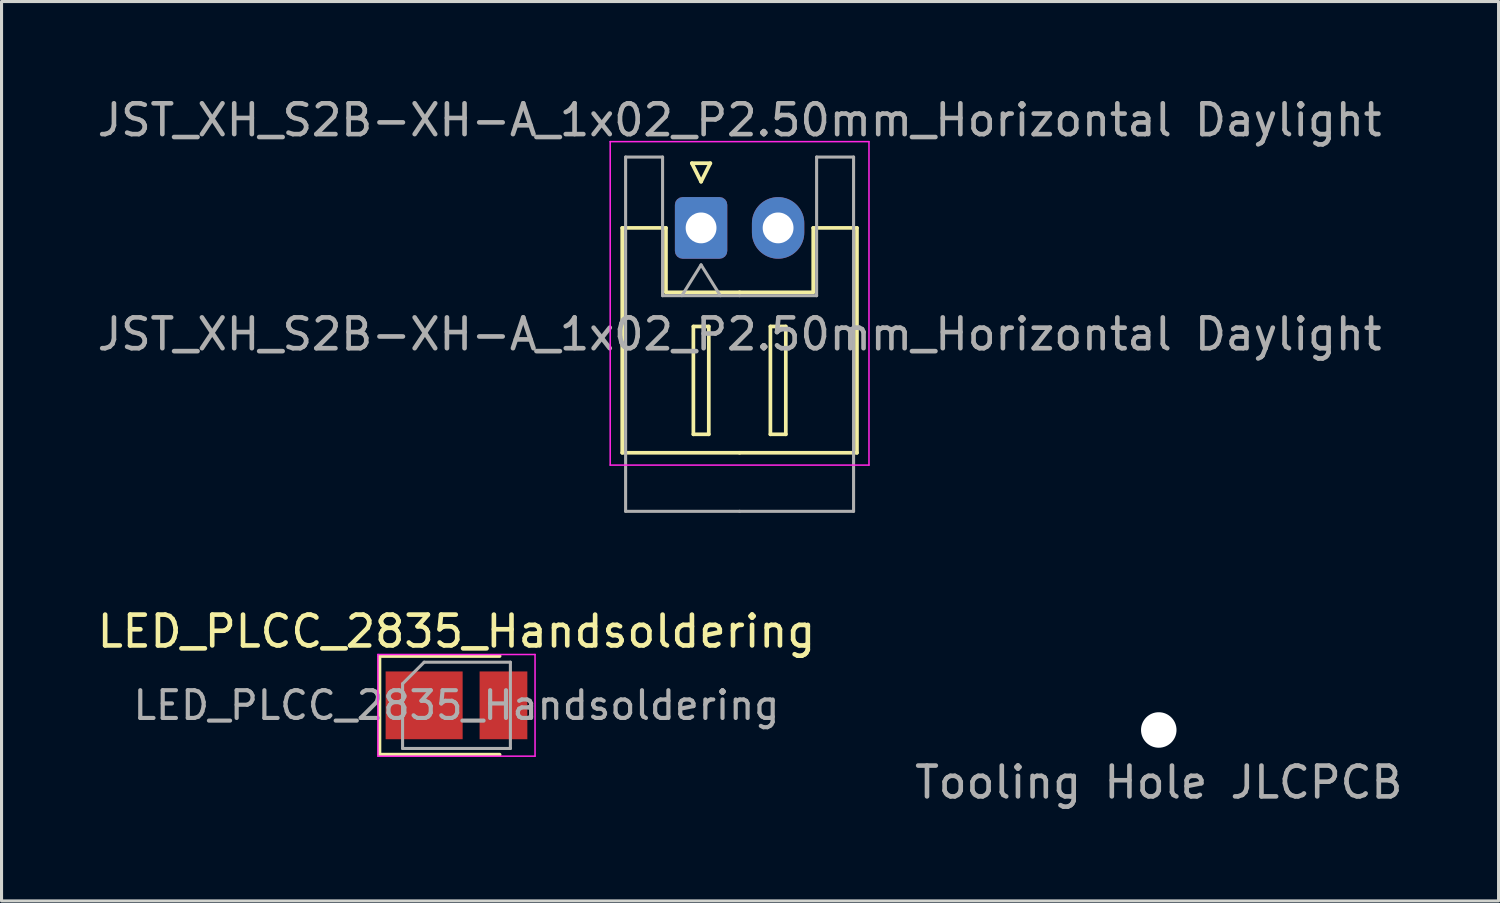
<source format=kicad_pcb>
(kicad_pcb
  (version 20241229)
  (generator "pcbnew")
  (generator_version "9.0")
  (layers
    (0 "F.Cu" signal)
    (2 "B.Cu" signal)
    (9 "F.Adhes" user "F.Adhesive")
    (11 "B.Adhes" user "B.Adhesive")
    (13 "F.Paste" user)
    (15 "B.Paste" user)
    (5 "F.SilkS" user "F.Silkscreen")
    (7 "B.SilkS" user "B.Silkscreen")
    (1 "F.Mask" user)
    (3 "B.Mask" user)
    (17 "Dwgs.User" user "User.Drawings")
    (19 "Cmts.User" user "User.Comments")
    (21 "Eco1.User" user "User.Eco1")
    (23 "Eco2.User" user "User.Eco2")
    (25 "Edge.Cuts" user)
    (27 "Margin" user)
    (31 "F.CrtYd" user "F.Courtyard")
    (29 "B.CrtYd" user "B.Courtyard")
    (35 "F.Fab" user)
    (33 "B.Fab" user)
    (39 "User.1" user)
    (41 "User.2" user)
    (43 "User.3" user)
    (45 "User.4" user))
  (footprint "Tooling Hole JLCPCB"
    (layer "F.Cu")
    (at 34.565 20.646)
    (property "Reference" "Tooling Hole JLCPCB" (at 0 -3.2 0) (layer "User.2") (effects (font (size 1 1) (thickness 0.15))))
    (attr exclude_from_pos_files)
    (fp_text user "${REFERENCE}" (at 0 1.7 0) (layer "F.Fab") (effects (font (size 1 1) (thickness 0.15))))
    (pad "" np_thru_hole circle (at 0 0 90) (size 1.152 1.152) (drill 1.152) (layers "*.Cu" "*.Mask")))
  (footprint "LED_PLCC_2835_Handsoldering"
    (layer "F.Cu")
    (at 11.768 19.846)
    (property "Reference" "LED_PLCC_2835_Handsoldering" (at 0 -2.4 0) (layer "F.SilkS") (effects (font (size 1 1) (thickness 0.15))))
    (attr smd)
    (fp_line (start -2.5 -1.6) (end -2.5 1.6) (stroke (width 0.12) (type solid)) (layer "F.SilkS"))
    (fp_line (start 1.4 -1.6) (end -2.5 -1.6) (stroke (width 0.12) (type solid)) (layer "F.SilkS"))
    (fp_line (start 1.4 1.6) (end -2.5 1.6) (stroke (width 0.12) (type solid)) (layer "F.SilkS"))
    (fp_line (start -2.55 -1.65) (end 2.55 -1.65) (stroke (width 0.05) (type solid)) (layer "F.CrtYd"))
    (fp_line (start -2.55 1.65) (end -2.55 -1.65) (stroke (width 0.05) (type solid)) (layer "F.CrtYd"))
    (fp_line (start 2.55 -1.65) (end 2.55 1.65) (stroke (width 0.05) (type solid)) (layer "F.CrtYd"))
    (fp_line (start 2.55 1.65) (end -2.55 1.65) (stroke (width 0.05) (type solid)) (layer "F.CrtYd"))
    (fp_line (start -1.75 1.4) (end -1.75 -0.7) (stroke (width 0.1) (type solid)) (layer "F.Fab"))
    (fp_line (start -1.05 -1.4) (end -1.75 -0.7) (stroke (width 0.1) (type solid)) (layer "F.Fab"))
    (fp_line (start -1.05 -1.4) (end 1.75 -1.4) (stroke (width 0.1) (type solid)) (layer "F.Fab"))
    (fp_line (start 1.75 -1.4) (end 1.75 1.4) (stroke (width 0.1) (type solid)) (layer "F.Fab"))
    (fp_line (start 1.75 1.4) (end -1.75 1.4) (stroke (width 0.1) (type solid)) (layer "F.Fab"))
    (fp_text user "${REFERENCE}" (at 0 0 0) (layer "F.Fab") (effects (font (size 0.9 0.9) (thickness 0.135))))
    (pad "1" smd rect (at -1.05 0) (size 2.5 2.2) (layers "F.Cu" "F.Mask" "F.Paste"))
    (pad "2" smd rect (at 1.525 0) (size 1.55 2.2) (layers "F.Cu" "F.Mask" "F.Paste")))
  (footprint "JST_XH_S2B-XH-A_1x02_P2.50mm_Horizontal Daylight"
    (layer "F.Cu")
    (at 19.708 4.348)
    (property "Reference" "JST_XH_S2B-XH-A_1x02_P2.50mm_Horizontal Daylight" (at 1.25 -3.5 0) (layer "F.Fab") (effects (font (size 1 1) (thickness 0.15))))
    (attr through_hole exclude_from_bom)
    (fp_line (start -2.56 0) (end -1.14 0) (stroke (width 0.12) (type solid)) (layer "F.SilkS"))
    (fp_line (start -2.56 7.3) (end -2.56 0) (stroke (width 0.12) (type solid)) (layer "F.SilkS"))
    (fp_line (start -1.14 0) (end -1.14 2.09) (stroke (width 0.12) (type solid)) (layer "F.SilkS"))
    (fp_line (start -1.14 2.09) (end 1.25 2.09) (stroke (width 0.12) (type solid)) (layer "F.SilkS"))
    (fp_line (start -0.3 -2.1) (end 0.3 -2.1) (stroke (width 0.12) (type solid)) (layer "F.SilkS"))
    (fp_line (start -0.25 3.2) (end -0.25 6.7) (stroke (width 0.12) (type solid)) (layer "F.SilkS"))
    (fp_line (start -0.25 6.7) (end 0.25 6.7) (stroke (width 0.12) (type solid)) (layer "F.SilkS"))
    (fp_line (start 0 -1.5) (end -0.3 -2.1) (stroke (width 0.12) (type solid)) (layer "F.SilkS"))
    (fp_line (start 0.25 3.2) (end -0.25 3.2) (stroke (width 0.12) (type solid)) (layer "F.SilkS"))
    (fp_line (start 0.25 6.7) (end 0.25 3.2) (stroke (width 0.12) (type solid)) (layer "F.SilkS"))
    (fp_line (start 0.3 -2.1) (end 0 -1.5) (stroke (width 0.12) (type solid)) (layer "F.SilkS"))
    (fp_line (start 1.25 7.3) (end -2.56 7.3) (stroke (width 0.12) (type solid)) (layer "F.SilkS"))
    (fp_line (start 1.25 7.3) (end 5.06 7.3) (stroke (width 0.12) (type solid)) (layer "F.SilkS"))
    (fp_line (start 2.25 3.2) (end 2.25 6.7) (stroke (width 0.12) (type solid)) (layer "F.SilkS"))
    (fp_line (start 2.25 6.7) (end 2.75 6.7) (stroke (width 0.12) (type solid)) (layer "F.SilkS"))
    (fp_line (start 2.75 3.2) (end 2.25 3.2) (stroke (width 0.12) (type solid)) (layer "F.SilkS"))
    (fp_line (start 2.75 6.7) (end 2.75 3.2) (stroke (width 0.12) (type solid)) (layer "F.SilkS"))
    (fp_line (start 3.64 0) (end 3.64 2.09) (stroke (width 0.12) (type solid)) (layer "F.SilkS"))
    (fp_line (start 3.64 2.09) (end 1.25 2.09) (stroke (width 0.12) (type solid)) (layer "F.SilkS"))
    (fp_line (start 5.06 0) (end 3.64 0) (stroke (width 0.12) (type solid)) (layer "F.SilkS"))
    (fp_line (start 5.06 7.3) (end 5.06 0) (stroke (width 0.12) (type solid)) (layer "F.SilkS"))
    (fp_line (start -2.95 -2.8) (end -2.95 7.7) (stroke (width 0.05) (type solid)) (layer "F.CrtYd"))
    (fp_line (start -2.95 7.7) (end 5.45 7.7) (stroke (width 0.05) (type solid)) (layer "F.CrtYd"))
    (fp_line (start 5.45 -2.8) (end -2.95 -2.8) (stroke (width 0.05) (type solid)) (layer "F.CrtYd"))
    (fp_line (start 5.45 7.7) (end 5.45 -2.8) (stroke (width 0.05) (type solid)) (layer "F.CrtYd"))
    (fp_line (start -2.45 -2.3) (end -1.25 -2.3) (stroke (width 0.1) (type solid)) (layer "F.Fab"))
    (fp_line (start -2.45 9.2) (end -2.45 -2.3) (stroke (width 0.1) (type solid)) (layer "F.Fab"))
    (fp_line (start -1.25 -2.3) (end -1.25 2.2) (stroke (width 0.1) (type solid)) (layer "F.Fab"))
    (fp_line (start -1.25 2.2) (end 1.25 2.2) (stroke (width 0.1) (type solid)) (layer "F.Fab"))
    (fp_line (start -0.625 2.2) (end 0 1.2) (stroke (width 0.1) (type solid)) (layer "F.Fab"))
    (fp_line (start 0 1.2) (end 0.625 2.2) (stroke (width 0.1) (type solid)) (layer "F.Fab"))
    (fp_line (start 1.25 9.2) (end -2.45 9.2) (stroke (width 0.1) (type solid)) (layer "F.Fab"))
    (fp_line (start 1.25 9.2) (end 4.95 9.2) (stroke (width 0.1) (type solid)) (layer "F.Fab"))
    (fp_line (start 3.75 -2.3) (end 3.75 2.2) (stroke (width 0.1) (type solid)) (layer "F.Fab"))
    (fp_line (start 3.75 2.2) (end 1.25 2.2) (stroke (width 0.1) (type solid)) (layer "F.Fab"))
    (fp_line (start 4.95 -2.3) (end 3.75 -2.3) (stroke (width 0.1) (type solid)) (layer "F.Fab"))
    (fp_line (start 4.95 9.2) (end 4.95 -2.3) (stroke (width 0.1) (type solid)) (layer "F.Fab"))
    (fp_text user "${REFERENCE}" (at 1.25 3.45 0) (layer "F.Fab") (effects (font (size 1 1) (thickness 0.15))))
    (pad "1" thru_hole roundrect (at 0 0) (size 1.7 2) (drill 1) (layers "*.Cu" "*.Mask") (roundrect_rratio 0.147))
    (pad "2" thru_hole oval (at 2.5 0) (size 1.7 2) (drill 1) (layers "*.Cu" "*.Mask")))
  (gr_rect
    (start -3 -3)
    (end 45.595 26.195)
    (stroke (width 0.1) (type default))
    (fill no)
    (layer "Edge.Cuts")))
</source>
